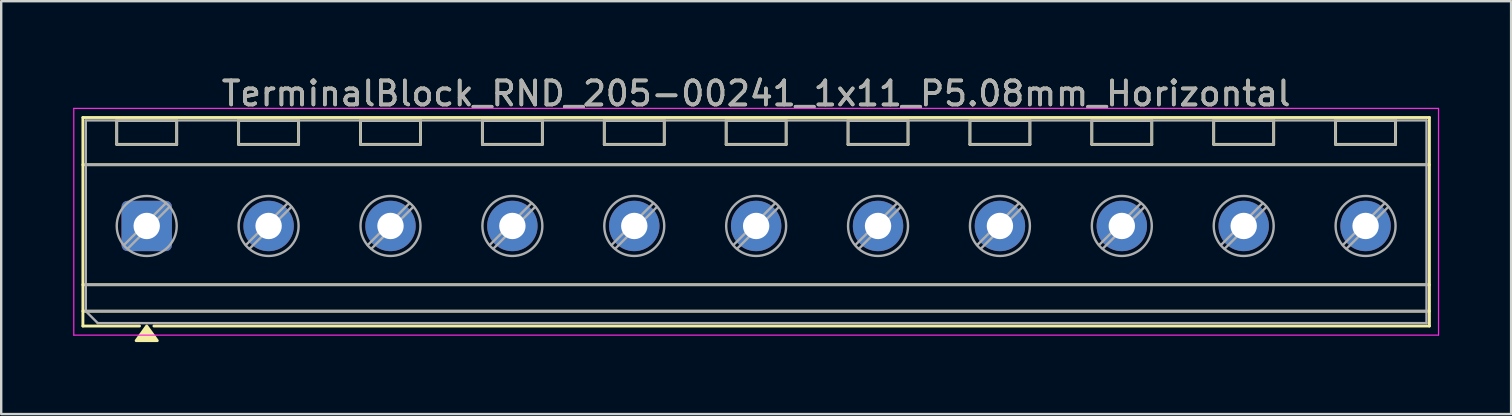
<source format=kicad_pcb>
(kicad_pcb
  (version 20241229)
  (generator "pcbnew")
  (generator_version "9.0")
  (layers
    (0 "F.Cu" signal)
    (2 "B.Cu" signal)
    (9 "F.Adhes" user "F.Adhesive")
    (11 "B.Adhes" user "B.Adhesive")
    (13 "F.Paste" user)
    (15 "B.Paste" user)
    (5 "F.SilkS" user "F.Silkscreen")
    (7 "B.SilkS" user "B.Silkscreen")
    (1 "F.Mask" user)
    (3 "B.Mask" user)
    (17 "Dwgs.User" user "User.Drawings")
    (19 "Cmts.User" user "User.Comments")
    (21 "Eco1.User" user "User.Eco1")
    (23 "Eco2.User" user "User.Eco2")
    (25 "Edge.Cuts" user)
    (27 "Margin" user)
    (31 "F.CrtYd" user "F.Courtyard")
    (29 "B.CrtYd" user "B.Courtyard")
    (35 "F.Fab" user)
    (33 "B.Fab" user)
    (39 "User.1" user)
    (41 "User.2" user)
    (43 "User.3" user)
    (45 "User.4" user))
  (footprint "TerminalBlock_RND_205-00241_1x11_P5.08mm_Horizontal"
    (layer "F.Cu")
    (at 3.065 6.368)
    (property "Reference" "TerminalBlock_RND_205-00241_1x11_P5.08mm_Horizontal" (at 25.4 -5.52 0) (layer "F.SilkS") (effects (font (size 1 1) (thickness 0.15))))
    (attr through_hole)
    (fp_line (start -2.66 -4.52) (end 53.46 -4.52) (stroke (width 0.12) (type solid)) (layer "F.SilkS"))
    (fp_line (start -2.66 -2.55) (end 53.46 -2.55) (stroke (width 0.12) (type solid)) (layer "F.SilkS"))
    (fp_line (start -2.66 2.45) (end 53.46 2.45) (stroke (width 0.12) (type solid)) (layer "F.SilkS"))
    (fp_line (start -2.66 3.55) (end 53.46 3.55) (stroke (width 0.12) (type solid)) (layer "F.SilkS"))
    (fp_line (start -2.66 4.17) (end -2.66 -4.52) (stroke (width 0.12) (type solid)) (layer "F.SilkS"))
    (fp_line (start -1.25 -4.4) (end 1.25 -4.4) (stroke (width 0.12) (type solid)) (layer "F.SilkS"))
    (fp_line (start -1.25 -3.4) (end -1.25 -4.4) (stroke (width 0.12) (type solid)) (layer "F.SilkS"))
    (fp_line (start -0.3 4.17) (end -2.66 4.17) (stroke (width 0.12) (type solid)) (layer "F.SilkS"))
    (fp_line (start 1.25 -4.4) (end 1.25 -3.4) (stroke (width 0.12) (type solid)) (layer "F.SilkS"))
    (fp_line (start 1.25 -3.4) (end -1.25 -3.4) (stroke (width 0.12) (type solid)) (layer "F.SilkS"))
    (fp_line (start 3.83 -4.4) (end 6.33 -4.4) (stroke (width 0.12) (type solid)) (layer "F.SilkS"))
    (fp_line (start 3.83 -3.4) (end 3.83 -4.4) (stroke (width 0.12) (type solid)) (layer "F.SilkS"))
    (fp_line (start 6.33 -4.4) (end 6.33 -3.4) (stroke (width 0.12) (type solid)) (layer "F.SilkS"))
    (fp_line (start 6.33 -3.4) (end 3.83 -3.4) (stroke (width 0.12) (type solid)) (layer "F.SilkS"))
    (fp_line (start 8.91 -4.4) (end 11.41 -4.4) (stroke (width 0.12) (type solid)) (layer "F.SilkS"))
    (fp_line (start 8.91 -3.4) (end 8.91 -4.4) (stroke (width 0.12) (type solid)) (layer "F.SilkS"))
    (fp_line (start 11.41 -4.4) (end 11.41 -3.4) (stroke (width 0.12) (type solid)) (layer "F.SilkS"))
    (fp_line (start 11.41 -3.4) (end 8.91 -3.4) (stroke (width 0.12) (type solid)) (layer "F.SilkS"))
    (fp_line (start 13.99 -4.4) (end 16.49 -4.4) (stroke (width 0.12) (type solid)) (layer "F.SilkS"))
    (fp_line (start 13.99 -3.4) (end 13.99 -4.4) (stroke (width 0.12) (type solid)) (layer "F.SilkS"))
    (fp_line (start 16.49 -4.4) (end 16.49 -3.4) (stroke (width 0.12) (type solid)) (layer "F.SilkS"))
    (fp_line (start 16.49 -3.4) (end 13.99 -3.4) (stroke (width 0.12) (type solid)) (layer "F.SilkS"))
    (fp_line (start 19.07 -4.4) (end 21.57 -4.4) (stroke (width 0.12) (type solid)) (layer "F.SilkS"))
    (fp_line (start 19.07 -3.4) (end 19.07 -4.4) (stroke (width 0.12) (type solid)) (layer "F.SilkS"))
    (fp_line (start 21.57 -4.4) (end 21.57 -3.4) (stroke (width 0.12) (type solid)) (layer "F.SilkS"))
    (fp_line (start 21.57 -3.4) (end 19.07 -3.4) (stroke (width 0.12) (type solid)) (layer "F.SilkS"))
    (fp_line (start 24.15 -4.4) (end 26.65 -4.4) (stroke (width 0.12) (type solid)) (layer "F.SilkS"))
    (fp_line (start 24.15 -3.4) (end 24.15 -4.4) (stroke (width 0.12) (type solid)) (layer "F.SilkS"))
    (fp_line (start 26.65 -4.4) (end 26.65 -3.4) (stroke (width 0.12) (type solid)) (layer "F.SilkS"))
    (fp_line (start 26.65 -3.4) (end 24.15 -3.4) (stroke (width 0.12) (type solid)) (layer "F.SilkS"))
    (fp_line (start 29.23 -4.4) (end 31.73 -4.4) (stroke (width 0.12) (type solid)) (layer "F.SilkS"))
    (fp_line (start 29.23 -3.4) (end 29.23 -4.4) (stroke (width 0.12) (type solid)) (layer "F.SilkS"))
    (fp_line (start 31.73 -4.4) (end 31.73 -3.4) (stroke (width 0.12) (type solid)) (layer "F.SilkS"))
    (fp_line (start 31.73 -3.4) (end 29.23 -3.4) (stroke (width 0.12) (type solid)) (layer "F.SilkS"))
    (fp_line (start 34.31 -4.4) (end 36.81 -4.4) (stroke (width 0.12) (type solid)) (layer "F.SilkS"))
    (fp_line (start 34.31 -3.4) (end 34.31 -4.4) (stroke (width 0.12) (type solid)) (layer "F.SilkS"))
    (fp_line (start 36.81 -4.4) (end 36.81 -3.4) (stroke (width 0.12) (type solid)) (layer "F.SilkS"))
    (fp_line (start 36.81 -3.4) (end 34.31 -3.4) (stroke (width 0.12) (type solid)) (layer "F.SilkS"))
    (fp_line (start 39.39 -4.4) (end 41.89 -4.4) (stroke (width 0.12) (type solid)) (layer "F.SilkS"))
    (fp_line (start 39.39 -3.4) (end 39.39 -4.4) (stroke (width 0.12) (type solid)) (layer "F.SilkS"))
    (fp_line (start 41.89 -4.4) (end 41.89 -3.4) (stroke (width 0.12) (type solid)) (layer "F.SilkS"))
    (fp_line (start 41.89 -3.4) (end 39.39 -3.4) (stroke (width 0.12) (type solid)) (layer "F.SilkS"))
    (fp_line (start 44.47 -4.4) (end 46.97 -4.4) (stroke (width 0.12) (type solid)) (layer "F.SilkS"))
    (fp_line (start 44.47 -3.4) (end 44.47 -4.4) (stroke (width 0.12) (type solid)) (layer "F.SilkS"))
    (fp_line (start 46.97 -4.4) (end 46.97 -3.4) (stroke (width 0.12) (type solid)) (layer "F.SilkS"))
    (fp_line (start 46.97 -3.4) (end 44.47 -3.4) (stroke (width 0.12) (type solid)) (layer "F.SilkS"))
    (fp_line (start 49.55 -4.4) (end 52.05 -4.4) (stroke (width 0.12) (type solid)) (layer "F.SilkS"))
    (fp_line (start 49.55 -3.4) (end 49.55 -4.4) (stroke (width 0.12) (type solid)) (layer "F.SilkS"))
    (fp_line (start 52.05 -4.4) (end 52.05 -3.4) (stroke (width 0.12) (type solid)) (layer "F.SilkS"))
    (fp_line (start 52.05 -3.4) (end 49.55 -3.4) (stroke (width 0.12) (type solid)) (layer "F.SilkS"))
    (fp_line (start 53.46 -4.52) (end 53.46 4.17) (stroke (width 0.12) (type solid)) (layer "F.SilkS"))
    (fp_line (start 53.46 4.17) (end 0.3 4.17) (stroke (width 0.12) (type solid)) (layer "F.SilkS"))
    (fp_poly (pts (xy 0 4.17) (xy 0.44 4.78) (xy -0.44 4.78)) (stroke (width 0.12) (type solid)) (fill yes) (layer "F.SilkS"))
    (fp_line (start -3.04 -4.9) (end -3.04 4.55) (stroke (width 0.05) (type solid)) (layer "F.CrtYd"))
    (fp_line (start -3.04 4.55) (end 53.84 4.55) (stroke (width 0.05) (type solid)) (layer "F.CrtYd"))
    (fp_line (start 53.84 -4.9) (end -3.04 -4.9) (stroke (width 0.05) (type solid)) (layer "F.CrtYd"))
    (fp_line (start 53.84 4.55) (end 53.84 -4.9) (stroke (width 0.05) (type solid)) (layer "F.CrtYd"))
    (fp_line (start -2.54 -4.4) (end 53.34 -4.4) (stroke (width 0.1) (type solid)) (layer "F.Fab"))
    (fp_line (start -2.54 -2.55) (end 53.34 -2.55) (stroke (width 0.1) (type solid)) (layer "F.Fab"))
    (fp_line (start -2.54 2.45) (end 53.34 2.45) (stroke (width 0.1) (type solid)) (layer "F.Fab"))
    (fp_line (start -2.54 3.55) (end -2.54 -4.4) (stroke (width 0.1) (type solid)) (layer "F.Fab"))
    (fp_line (start -2.54 3.55) (end 53.34 3.55) (stroke (width 0.1) (type solid)) (layer "F.Fab"))
    (fp_line (start -2.04 4.05) (end -2.54 3.55) (stroke (width 0.1) (type solid)) (layer "F.Fab"))
    (fp_line (start -1.25 -4.4) (end -1.25 -3.4) (stroke (width 0.1) (type solid)) (layer "F.Fab"))
    (fp_line (start -1.25 -3.4) (end 1.25 -3.4) (stroke (width 0.1) (type solid)) (layer "F.Fab"))
    (fp_line (start 0.795 -0.948) (end -0.948 0.795) (stroke (width 0.1) (type solid)) (layer "F.Fab"))
    (fp_line (start 0.948 -0.795) (end -0.795 0.948) (stroke (width 0.1) (type solid)) (layer "F.Fab"))
    (fp_line (start 1.25 -4.4) (end -1.25 -4.4) (stroke (width 0.1) (type solid)) (layer "F.Fab"))
    (fp_line (start 1.25 -3.4) (end 1.25 -4.4) (stroke (width 0.1) (type solid)) (layer "F.Fab"))
    (fp_line (start 3.83 -4.4) (end 3.83 -3.4) (stroke (width 0.1) (type solid)) (layer "F.Fab"))
    (fp_line (start 3.83 -3.4) (end 6.33 -3.4) (stroke (width 0.1) (type solid)) (layer "F.Fab"))
    (fp_line (start 5.875 -0.948) (end 4.132 0.795) (stroke (width 0.1) (type solid)) (layer "F.Fab"))
    (fp_line (start 6.028 -0.795) (end 4.285 0.948) (stroke (width 0.1) (type solid)) (layer "F.Fab"))
    (fp_line (start 6.33 -4.4) (end 3.83 -4.4) (stroke (width 0.1) (type solid)) (layer "F.Fab"))
    (fp_line (start 6.33 -3.4) (end 6.33 -4.4) (stroke (width 0.1) (type solid)) (layer "F.Fab"))
    (fp_line (start 8.91 -4.4) (end 8.91 -3.4) (stroke (width 0.1) (type solid)) (layer "F.Fab"))
    (fp_line (start 8.91 -3.4) (end 11.41 -3.4) (stroke (width 0.1) (type solid)) (layer "F.Fab"))
    (fp_line (start 10.955 -0.948) (end 9.212 0.795) (stroke (width 0.1) (type solid)) (layer "F.Fab"))
    (fp_line (start 11.108 -0.795) (end 9.365 0.948) (stroke (width 0.1) (type solid)) (layer "F.Fab"))
    (fp_line (start 11.41 -4.4) (end 8.91 -4.4) (stroke (width 0.1) (type solid)) (layer "F.Fab"))
    (fp_line (start 11.41 -3.4) (end 11.41 -4.4) (stroke (width 0.1) (type solid)) (layer "F.Fab"))
    (fp_line (start 13.99 -4.4) (end 13.99 -3.4) (stroke (width 0.1) (type solid)) (layer "F.Fab"))
    (fp_line (start 13.99 -3.4) (end 16.49 -3.4) (stroke (width 0.1) (type solid)) (layer "F.Fab"))
    (fp_line (start 16.035 -0.948) (end 14.292 0.795) (stroke (width 0.1) (type solid)) (layer "F.Fab"))
    (fp_line (start 16.188 -0.795) (end 14.445 0.948) (stroke (width 0.1) (type solid)) (layer "F.Fab"))
    (fp_line (start 16.49 -4.4) (end 13.99 -4.4) (stroke (width 0.1) (type solid)) (layer "F.Fab"))
    (fp_line (start 16.49 -3.4) (end 16.49 -4.4) (stroke (width 0.1) (type solid)) (layer "F.Fab"))
    (fp_line (start 19.07 -4.4) (end 19.07 -3.4) (stroke (width 0.1) (type solid)) (layer "F.Fab"))
    (fp_line (start 19.07 -3.4) (end 21.57 -3.4) (stroke (width 0.1) (type solid)) (layer "F.Fab"))
    (fp_line (start 21.115 -0.948) (end 19.372 0.795) (stroke (width 0.1) (type solid)) (layer "F.Fab"))
    (fp_line (start 21.268 -0.795) (end 19.525 0.948) (stroke (width 0.1) (type solid)) (layer "F.Fab"))
    (fp_line (start 21.57 -4.4) (end 19.07 -4.4) (stroke (width 0.1) (type solid)) (layer "F.Fab"))
    (fp_line (start 21.57 -3.4) (end 21.57 -4.4) (stroke (width 0.1) (type solid)) (layer "F.Fab"))
    (fp_line (start 24.15 -4.4) (end 24.15 -3.4) (stroke (width 0.1) (type solid)) (layer "F.Fab"))
    (fp_line (start 24.15 -3.4) (end 26.65 -3.4) (stroke (width 0.1) (type solid)) (layer "F.Fab"))
    (fp_line (start 26.195 -0.948) (end 24.452 0.795) (stroke (width 0.1) (type solid)) (layer "F.Fab"))
    (fp_line (start 26.348 -0.795) (end 24.605 0.948) (stroke (width 0.1) (type solid)) (layer "F.Fab"))
    (fp_line (start 26.65 -4.4) (end 24.15 -4.4) (stroke (width 0.1) (type solid)) (layer "F.Fab"))
    (fp_line (start 26.65 -3.4) (end 26.65 -4.4) (stroke (width 0.1) (type solid)) (layer "F.Fab"))
    (fp_line (start 29.23 -4.4) (end 29.23 -3.4) (stroke (width 0.1) (type solid)) (layer "F.Fab"))
    (fp_line (start 29.23 -3.4) (end 31.73 -3.4) (stroke (width 0.1) (type solid)) (layer "F.Fab"))
    (fp_line (start 31.275 -0.948) (end 29.532 0.795) (stroke (width 0.1) (type solid)) (layer "F.Fab"))
    (fp_line (start 31.428 -0.795) (end 29.685 0.948) (stroke (width 0.1) (type solid)) (layer "F.Fab"))
    (fp_line (start 31.73 -4.4) (end 29.23 -4.4) (stroke (width 0.1) (type solid)) (layer "F.Fab"))
    (fp_line (start 31.73 -3.4) (end 31.73 -4.4) (stroke (width 0.1) (type solid)) (layer "F.Fab"))
    (fp_line (start 34.31 -4.4) (end 34.31 -3.4) (stroke (width 0.1) (type solid)) (layer "F.Fab"))
    (fp_line (start 34.31 -3.4) (end 36.81 -3.4) (stroke (width 0.1) (type solid)) (layer "F.Fab"))
    (fp_line (start 36.355 -0.948) (end 34.612 0.795) (stroke (width 0.1) (type solid)) (layer "F.Fab"))
    (fp_line (start 36.508 -0.795) (end 34.765 0.948) (stroke (width 0.1) (type solid)) (layer "F.Fab"))
    (fp_line (start 36.81 -4.4) (end 34.31 -4.4) (stroke (width 0.1) (type solid)) (layer "F.Fab"))
    (fp_line (start 36.81 -3.4) (end 36.81 -4.4) (stroke (width 0.1) (type solid)) (layer "F.Fab"))
    (fp_line (start 39.39 -4.4) (end 39.39 -3.4) (stroke (width 0.1) (type solid)) (layer "F.Fab"))
    (fp_line (start 39.39 -3.4) (end 41.89 -3.4) (stroke (width 0.1) (type solid)) (layer "F.Fab"))
    (fp_line (start 41.435 -0.948) (end 39.692 0.795) (stroke (width 0.1) (type solid)) (layer "F.Fab"))
    (fp_line (start 41.588 -0.795) (end 39.845 0.948) (stroke (width 0.1) (type solid)) (layer "F.Fab"))
    (fp_line (start 41.89 -4.4) (end 39.39 -4.4) (stroke (width 0.1) (type solid)) (layer "F.Fab"))
    (fp_line (start 41.89 -3.4) (end 41.89 -4.4) (stroke (width 0.1) (type solid)) (layer "F.Fab"))
    (fp_line (start 44.47 -4.4) (end 44.47 -3.4) (stroke (width 0.1) (type solid)) (layer "F.Fab"))
    (fp_line (start 44.47 -3.4) (end 46.97 -3.4) (stroke (width 0.1) (type solid)) (layer "F.Fab"))
    (fp_line (start 46.515 -0.948) (end 44.772 0.795) (stroke (width 0.1) (type solid)) (layer "F.Fab"))
    (fp_line (start 46.668 -0.795) (end 44.925 0.948) (stroke (width 0.1) (type solid)) (layer "F.Fab"))
    (fp_line (start 46.97 -4.4) (end 44.47 -4.4) (stroke (width 0.1) (type solid)) (layer "F.Fab"))
    (fp_line (start 46.97 -3.4) (end 46.97 -4.4) (stroke (width 0.1) (type solid)) (layer "F.Fab"))
    (fp_line (start 49.55 -4.4) (end 49.55 -3.4) (stroke (width 0.1) (type solid)) (layer "F.Fab"))
    (fp_line (start 49.55 -3.4) (end 52.05 -3.4) (stroke (width 0.1) (type solid)) (layer "F.Fab"))
    (fp_line (start 51.595 -0.948) (end 49.852 0.795) (stroke (width 0.1) (type solid)) (layer "F.Fab"))
    (fp_line (start 51.748 -0.795) (end 50.005 0.948) (stroke (width 0.1) (type solid)) (layer "F.Fab"))
    (fp_line (start 52.05 -4.4) (end 49.55 -4.4) (stroke (width 0.1) (type solid)) (layer "F.Fab"))
    (fp_line (start 52.05 -3.4) (end 52.05 -4.4) (stroke (width 0.1) (type solid)) (layer "F.Fab"))
    (fp_line (start 53.34 -4.4) (end 53.34 4.05) (stroke (width 0.1) (type solid)) (layer "F.Fab"))
    (fp_line (start 53.34 4.05) (end -2.04 4.05) (stroke (width 0.1) (type solid)) (layer "F.Fab"))
    (fp_circle (center 0 0) (end 1.25 0) (stroke (width 0.1) (type solid)) (fill no) (layer "F.Fab"))
    (fp_circle (center 5.08 0) (end 6.33 0) (stroke (width 0.1) (type solid)) (fill no) (layer "F.Fab"))
    (fp_circle (center 10.16 0) (end 11.41 0) (stroke (width 0.1) (type solid)) (fill no) (layer "F.Fab"))
    (fp_circle (center 15.24 0) (end 16.49 0) (stroke (width 0.1) (type solid)) (fill no) (layer "F.Fab"))
    (fp_circle (center 20.32 0) (end 21.57 0) (stroke (width 0.1) (type solid)) (fill no) (layer "F.Fab"))
    (fp_circle (center 25.4 0) (end 26.65 0) (stroke (width 0.1) (type solid)) (fill no) (layer "F.Fab"))
    (fp_circle (center 30.48 0) (end 31.73 0) (stroke (width 0.1) (type solid)) (fill no) (layer "F.Fab"))
    (fp_circle (center 35.56 0) (end 36.81 0) (stroke (width 0.1) (type solid)) (fill no) (layer "F.Fab"))
    (fp_circle (center 40.64 0) (end 41.89 0) (stroke (width 0.1) (type solid)) (fill no) (layer "F.Fab"))
    (fp_circle (center 45.72 0) (end 46.97 0) (stroke (width 0.1) (type solid)) (fill no) (layer "F.Fab"))
    (fp_circle (center 50.8 0) (end 52.05 0) (stroke (width 0.1) (type solid)) (fill no) (layer "F.Fab"))
    (fp_text user "${REFERENCE}" (at 25.4 -5.52 0) (layer "F.Fab") (effects (font (size 1 1) (thickness 0.15))))
    (pad "1" thru_hole roundrect (at 0 0) (size 2.1 2.1) (drill 1.1) (layers "*.Cu" "*.Mask") (roundrect_rratio 0.119))
    (pad "2" thru_hole circle (at 5.08 0) (size 2.1 2.1) (drill 1.1) (layers "*.Cu" "*.Mask"))
    (pad "3" thru_hole circle (at 10.16 0) (size 2.1 2.1) (drill 1.1) (layers "*.Cu" "*.Mask"))
    (pad "4" thru_hole circle (at 15.24 0) (size 2.1 2.1) (drill 1.1) (layers "*.Cu" "*.Mask"))
    (pad "5" thru_hole circle (at 20.32 0) (size 2.1 2.1) (drill 1.1) (layers "*.Cu" "*.Mask"))
    (pad "6" thru_hole circle (at 25.4 0) (size 2.1 2.1) (drill 1.1) (layers "*.Cu" "*.Mask"))
    (pad "7" thru_hole circle (at 30.48 0) (size 2.1 2.1) (drill 1.1) (layers "*.Cu" "*.Mask"))
    (pad "8" thru_hole circle (at 35.56 0) (size 2.1 2.1) (drill 1.1) (layers "*.Cu" "*.Mask"))
    (pad "9" thru_hole circle (at 40.64 0) (size 2.1 2.1) (drill 1.1) (layers "*.Cu" "*.Mask"))
    (pad "10" thru_hole circle (at 45.72 0) (size 2.1 2.1) (drill 1.1) (layers "*.Cu" "*.Mask"))
    (pad "11" thru_hole circle (at 50.8 0) (size 2.1 2.1) (drill 1.1) (layers "*.Cu" "*.Mask")))
  (gr_rect
    (start -3 -3)
    (end 59.93 14.208)
    (stroke (width 0.1) (type default))
    (fill no)
    (layer "Edge.Cuts")))
</source>
